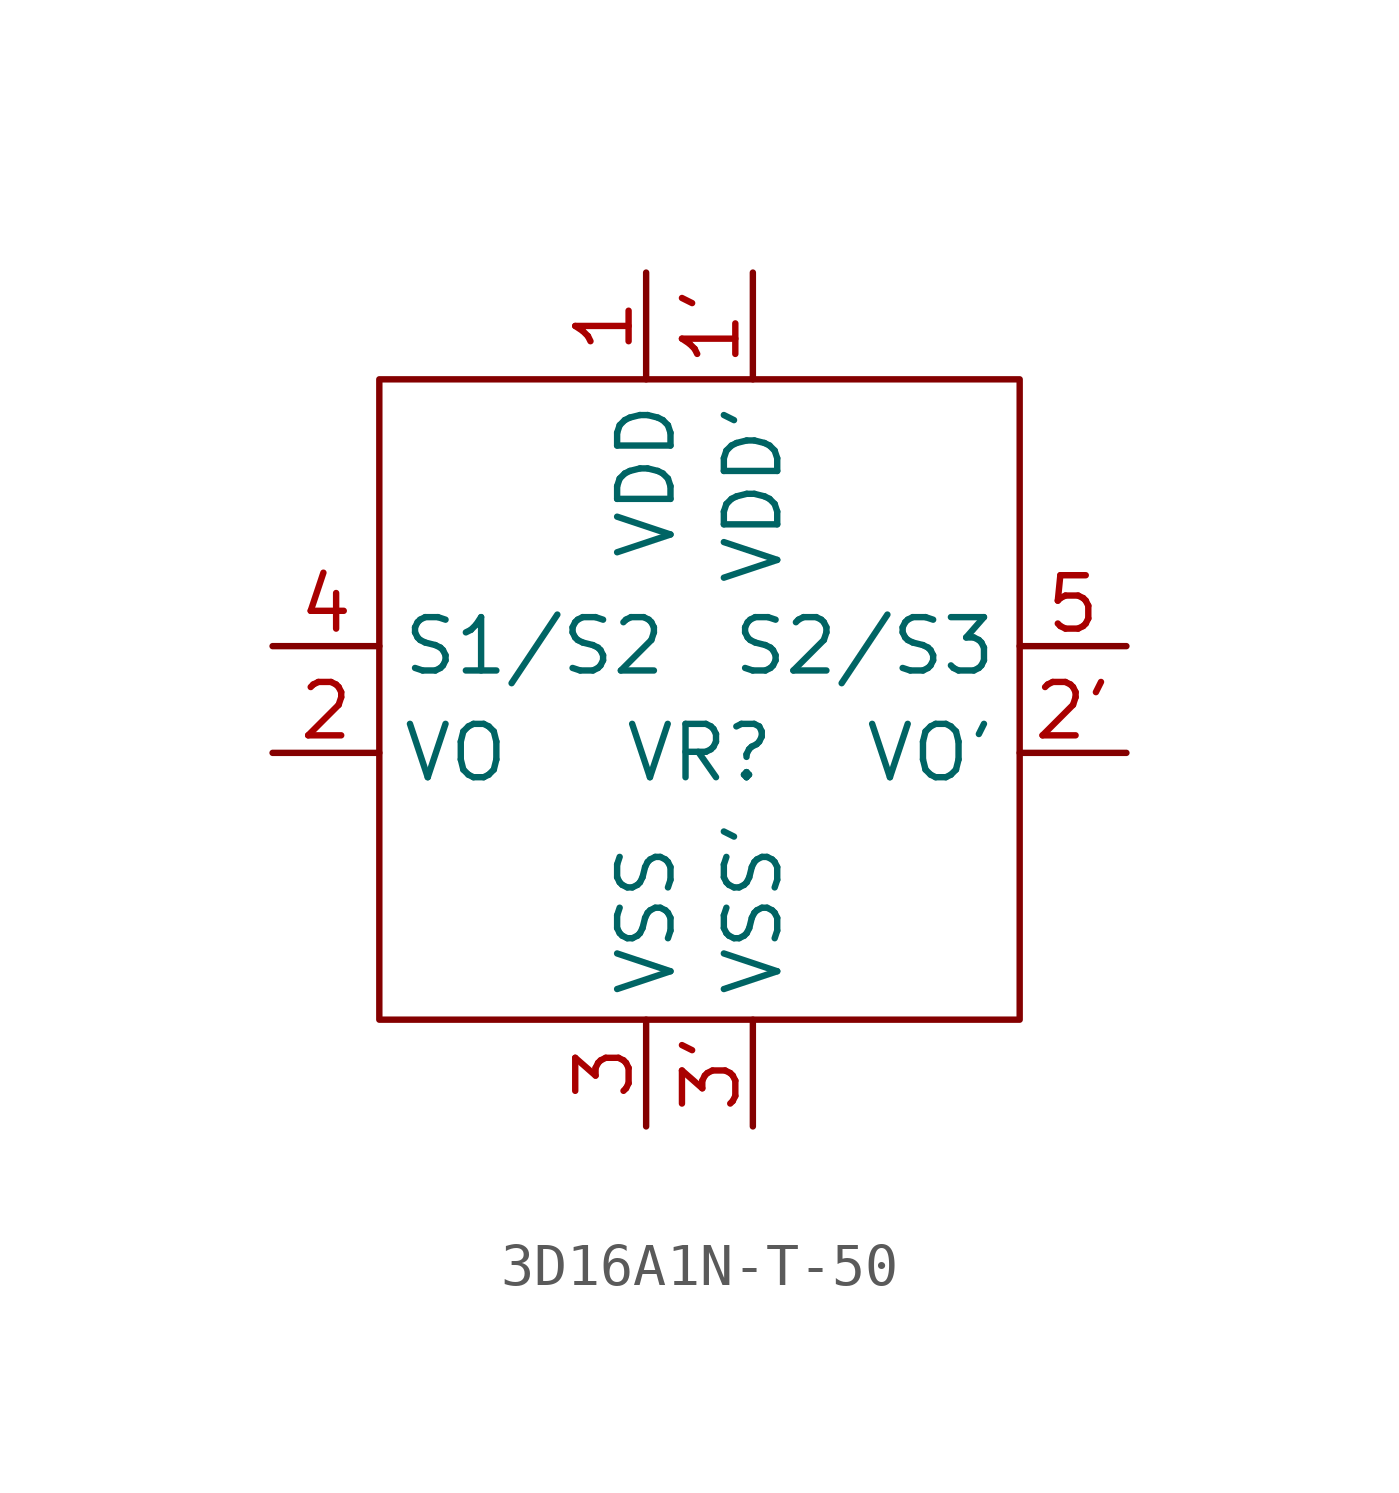
<source format=kicad_sym>
(kicad_symbol_lib
  (version 20241209)
  (generator "kicad_symbol_editor")
  (generator_version "9.0")
  (symbol "3D16A1N-T-50"
    (property "Reference" "VR"
      (at 0 -1.27 0)
      (effects (font (size 1.27 1.27))))
    (property "Value" ""
      (at 0 0 0)
      (effects (font (size 1.27 1.27))))
    (symbol "3D16A1N-T-50_0_1"
      (rectangle (start -7.62 7.62) (end 7.62 -7.62) (stroke (width 0) (type default)) (fill (type none))))
    (symbol "3D16A1N-T-50_1_1"
      (pin power_in line (at -10.16 1.27 0) (length 2.54) (name "S1/S2" (effects (font (size 1.27 1.27)))) (number "4" (effects (font (size 1.27 1.27)))))
      (pin power_out line (at -10.16 -1.27 0) (length 2.54) (name "VO" (effects (font (size 1.27 1.27)))) (number "2" (effects (font (size 1.27 1.27)))))
      (pin power_in line (at -1.27 10.16 270) (length 2.54) (name "VDD" (effects (font (size 1.27 1.27)))) (number "1" (effects (font (size 1.27 1.27)))))
      (pin power_out line (at -1.27 -10.16 90) (length 2.54) (name "VSS" (effects (font (size 1.27 1.27)))) (number "3" (effects (font (size 1.27 1.27)))))
      (pin power_in line (at 1.27 10.16 270) (length 2.54) (name "VDD'" (effects (font (size 1.27 1.27)))) (number "1'" (effects (font (size 1.27 1.27)))))
      (pin power_out line (at 1.27 -10.16 90) (length 2.54) (name "VSS'" (effects (font (size 1.27 1.27)))) (number "3'" (effects (font (size 1.27 1.27)))))
      (pin power_in line (at 10.16 1.27 180) (length 2.54) (name "S2/S3" (effects (font (size 1.27 1.27)))) (number "5" (effects (font (size 1.27 1.27)))))
      (pin power_out line (at 10.16 -1.27 180) (length 2.54) (name "VO'" (effects (font (size 1.27 1.27)))) (number "2'" (effects (font (size 1.27 1.27))))))))
</source>
